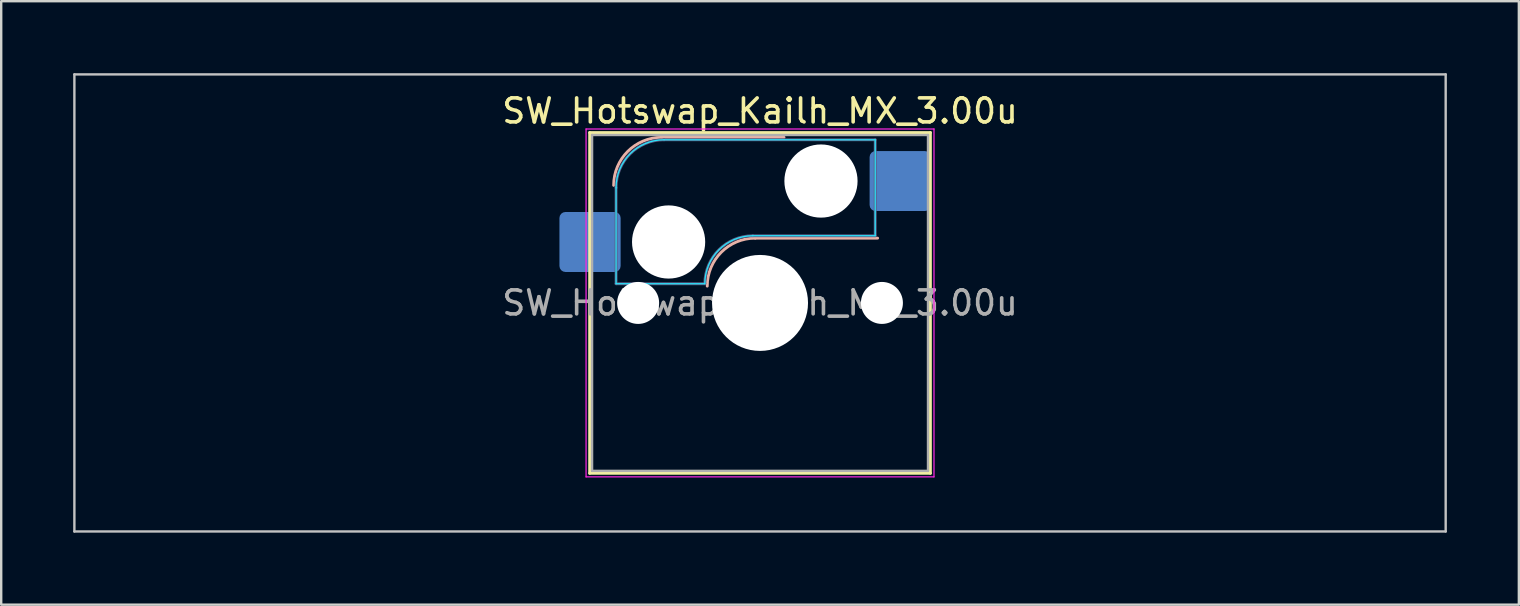
<source format=kicad_pcb>
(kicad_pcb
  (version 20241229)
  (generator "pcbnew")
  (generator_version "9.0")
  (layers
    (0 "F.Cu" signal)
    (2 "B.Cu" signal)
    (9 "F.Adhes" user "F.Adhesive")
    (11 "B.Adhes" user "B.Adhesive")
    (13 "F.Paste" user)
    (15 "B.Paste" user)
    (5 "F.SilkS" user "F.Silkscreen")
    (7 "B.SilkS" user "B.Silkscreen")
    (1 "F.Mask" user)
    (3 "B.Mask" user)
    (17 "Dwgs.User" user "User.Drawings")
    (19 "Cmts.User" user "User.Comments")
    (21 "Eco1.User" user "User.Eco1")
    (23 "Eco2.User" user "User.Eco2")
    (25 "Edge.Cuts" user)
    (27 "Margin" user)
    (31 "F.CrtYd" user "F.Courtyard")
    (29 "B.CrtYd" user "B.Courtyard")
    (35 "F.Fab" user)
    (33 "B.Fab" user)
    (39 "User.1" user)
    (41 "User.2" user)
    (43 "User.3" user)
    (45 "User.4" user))
  (footprint "SW_Hotswap_Kailh_MX_3.00u"
    (layer "F.Cu")
    (at 28.625 9.575)
    (property "Reference" "SW_Hotswap_Kailh_MX_3.00u" (at 0 -8 0) (layer "F.SilkS") (effects (font (size 1 1) (thickness 0.15))))
    (attr smd)
    (fp_line (start -7.1 -7.1) (end -7.1 7.1) (stroke (width 0.12) (type solid)) (layer "F.SilkS"))
    (fp_line (start -7.1 7.1) (end 7.1 7.1) (stroke (width 0.12) (type solid)) (layer "F.SilkS"))
    (fp_line (start 7.1 -7.1) (end -7.1 -7.1) (stroke (width 0.12) (type solid)) (layer "F.SilkS"))
    (fp_line (start 7.1 7.1) (end 7.1 -7.1) (stroke (width 0.12) (type solid)) (layer "F.SilkS"))
    (fp_line (start -4.1 -6.9) (end 1 -6.9) (stroke (width 0.12) (type solid)) (layer "B.SilkS"))
    (fp_line (start -0.2 -2.7) (end 4.9 -2.7) (stroke (width 0.12) (type solid)) (layer "B.SilkS"))
    (fp_arc (start -6.1 -4.9) (mid -5.514214 -6.314214) (end -4.1 -6.9) (stroke (width 0.12) (type solid)) (layer "B.SilkS"))
    (fp_arc (start -2.2 -0.7) (mid -1.614214 -2.114214) (end -0.2 -2.7) (stroke (width 0.12) (type solid)) (layer "B.SilkS"))
    (fp_line (start -28.575 -9.525) (end -28.575 9.525) (stroke (width 0.1) (type solid)) (layer "Dwgs.User"))
    (fp_line (start -28.575 9.525) (end 28.575 9.525) (stroke (width 0.1) (type solid)) (layer "Dwgs.User"))
    (fp_line (start 28.575 -9.525) (end -28.575 -9.525) (stroke (width 0.1) (type solid)) (layer "Dwgs.User"))
    (fp_line (start 28.575 9.525) (end 28.575 -9.525) (stroke (width 0.1) (type solid)) (layer "Dwgs.User"))
    (fp_line (start -7.8 -6) (end -7 -6) (stroke (width 0.1) (type solid)) (layer "Eco1.User"))
    (fp_line (start -7.8 -2.9) (end -7.8 -6) (stroke (width 0.1) (type solid)) (layer "Eco1.User"))
    (fp_line (start -7.8 2.9) (end -7 2.9) (stroke (width 0.1) (type solid)) (layer "Eco1.User"))
    (fp_line (start -7.8 6) (end -7.8 2.9) (stroke (width 0.1) (type solid)) (layer "Eco1.User"))
    (fp_line (start -7 -7) (end 7 -7) (stroke (width 0.1) (type solid)) (layer "Eco1.User"))
    (fp_line (start -7 -6) (end -7 -7) (stroke (width 0.1) (type solid)) (layer "Eco1.User"))
    (fp_line (start -7 -2.9) (end -7.8 -2.9) (stroke (width 0.1) (type solid)) (layer "Eco1.User"))
    (fp_line (start -7 2.9) (end -7 -2.9) (stroke (width 0.1) (type solid)) (layer "Eco1.User"))
    (fp_line (start -7 6) (end -7.8 6) (stroke (width 0.1) (type solid)) (layer "Eco1.User"))
    (fp_line (start -7 7) (end -7 6) (stroke (width 0.1) (type solid)) (layer "Eco1.User"))
    (fp_line (start 7 -7) (end 7 -6) (stroke (width 0.1) (type solid)) (layer "Eco1.User"))
    (fp_line (start 7 -6) (end 7.8 -6) (stroke (width 0.1) (type solid)) (layer "Eco1.User"))
    (fp_line (start 7 -2.9) (end 7 2.9) (stroke (width 0.1) (type solid)) (layer "Eco1.User"))
    (fp_line (start 7 2.9) (end 7.8 2.9) (stroke (width 0.1) (type solid)) (layer "Eco1.User"))
    (fp_line (start 7 6) (end 7 7) (stroke (width 0.1) (type solid)) (layer "Eco1.User"))
    (fp_line (start 7 7) (end -7 7) (stroke (width 0.1) (type solid)) (layer "Eco1.User"))
    (fp_line (start 7.8 -6) (end 7.8 -2.9) (stroke (width 0.1) (type solid)) (layer "Eco1.User"))
    (fp_line (start 7.8 -2.9) (end 7 -2.9) (stroke (width 0.1) (type solid)) (layer "Eco1.User"))
    (fp_line (start 7.8 2.9) (end 7.8 6) (stroke (width 0.1) (type solid)) (layer "Eco1.User"))
    (fp_line (start 7.8 6) (end 7 6) (stroke (width 0.1) (type solid)) (layer "Eco1.User"))
    (fp_line (start -6 -0.8) (end -6 -4.8) (stroke (width 0.05) (type solid)) (layer "B.CrtYd"))
    (fp_line (start -6 -0.8) (end -2.3 -0.8) (stroke (width 0.05) (type solid)) (layer "B.CrtYd"))
    (fp_line (start -4 -6.8) (end 4.8 -6.8) (stroke (width 0.05) (type solid)) (layer "B.CrtYd"))
    (fp_line (start -0.3 -2.8) (end 4.8 -2.8) (stroke (width 0.05) (type solid)) (layer "B.CrtYd"))
    (fp_line (start 4.8 -6.8) (end 4.8 -2.8) (stroke (width 0.05) (type solid)) (layer "B.CrtYd"))
    (fp_arc (start -6 -4.8) (mid -5.414214 -6.214214) (end -4 -6.8) (stroke (width 0.05) (type solid)) (layer "B.CrtYd"))
    (fp_arc (start -2.3 -0.8) (mid -1.714214 -2.214214) (end -0.3 -2.8) (stroke (width 0.05) (type solid)) (layer "B.CrtYd"))
    (fp_line (start -7.25 -7.25) (end -7.25 7.25) (stroke (width 0.05) (type solid)) (layer "F.CrtYd"))
    (fp_line (start -7.25 7.25) (end 7.25 7.25) (stroke (width 0.05) (type solid)) (layer "F.CrtYd"))
    (fp_line (start 7.25 -7.25) (end -7.25 -7.25) (stroke (width 0.05) (type solid)) (layer "F.CrtYd"))
    (fp_line (start 7.25 7.25) (end 7.25 -7.25) (stroke (width 0.05) (type solid)) (layer "F.CrtYd"))
    (fp_line (start -6 -0.8) (end -6 -4.8) (stroke (width 0.12) (type solid)) (layer "B.Fab"))
    (fp_line (start -6 -0.8) (end -2.3 -0.8) (stroke (width 0.12) (type solid)) (layer "B.Fab"))
    (fp_line (start -4 -6.8) (end 4.8 -6.8) (stroke (width 0.12) (type solid)) (layer "B.Fab"))
    (fp_line (start -0.3 -2.8) (end 4.8 -2.8) (stroke (width 0.12) (type solid)) (layer "B.Fab"))
    (fp_line (start 4.8 -6.8) (end 4.8 -2.8) (stroke (width 0.12) (type solid)) (layer "B.Fab"))
    (fp_arc (start -6 -4.8) (mid -5.414214 -6.214214) (end -4 -6.8) (stroke (width 0.12) (type solid)) (layer "B.Fab"))
    (fp_arc (start -2.3 -0.8) (mid -1.714214 -2.214214) (end -0.3 -2.8) (stroke (width 0.12) (type solid)) (layer "B.Fab"))
    (fp_line (start -7 -7) (end -7 7) (stroke (width 0.1) (type solid)) (layer "F.Fab"))
    (fp_line (start -7 7) (end 7 7) (stroke (width 0.1) (type solid)) (layer "F.Fab"))
    (fp_line (start 7 -7) (end -7 -7) (stroke (width 0.1) (type solid)) (layer "F.Fab"))
    (fp_line (start 7 7) (end 7 -7) (stroke (width 0.1) (type solid)) (layer "F.Fab"))
    (fp_text user "${REFERENCE}" (at 0 0 0) (layer "F.Fab") (effects (font (size 1 1) (thickness 0.15))))
    (pad "" np_thru_hole circle (at -5.08 0) (size 1.75 1.75) (drill 1.75) (layers "*.Cu" "*.Mask"))
    (pad "" np_thru_hole circle (at -3.81 -2.54) (size 3.05 3.05) (drill 3.05) (layers "*.Cu" "*.Mask"))
    (pad "" np_thru_hole circle (at 0 0) (size 4 4) (drill 4) (layers "*.Cu" "*.Mask"))
    (pad "" np_thru_hole circle (at 2.54 -5.08) (size 3.05 3.05) (drill 3.05) (layers "*.Cu" "*.Mask"))
    (pad "" np_thru_hole circle (at 5.08 0) (size 1.75 1.75) (drill 1.75) (layers "*.Cu" "*.Mask"))
    (pad "1" smd roundrect (at -7.085 -2.54) (size 2.55 2.5) (layers "B.Cu" "B.Mask" "B.Paste") (roundrect_rratio 0.1))
    (pad "2" smd roundrect (at 5.842 -5.08) (size 2.55 2.5) (layers "B.Cu" "B.Mask" "B.Paste") (roundrect_rratio 0.1)))
  (gr_rect
    (start -3 -3)
    (end 60.25 22.15)
    (stroke (width 0.1) (type default))
    (fill no)
    (layer "Edge.Cuts")))
</source>
